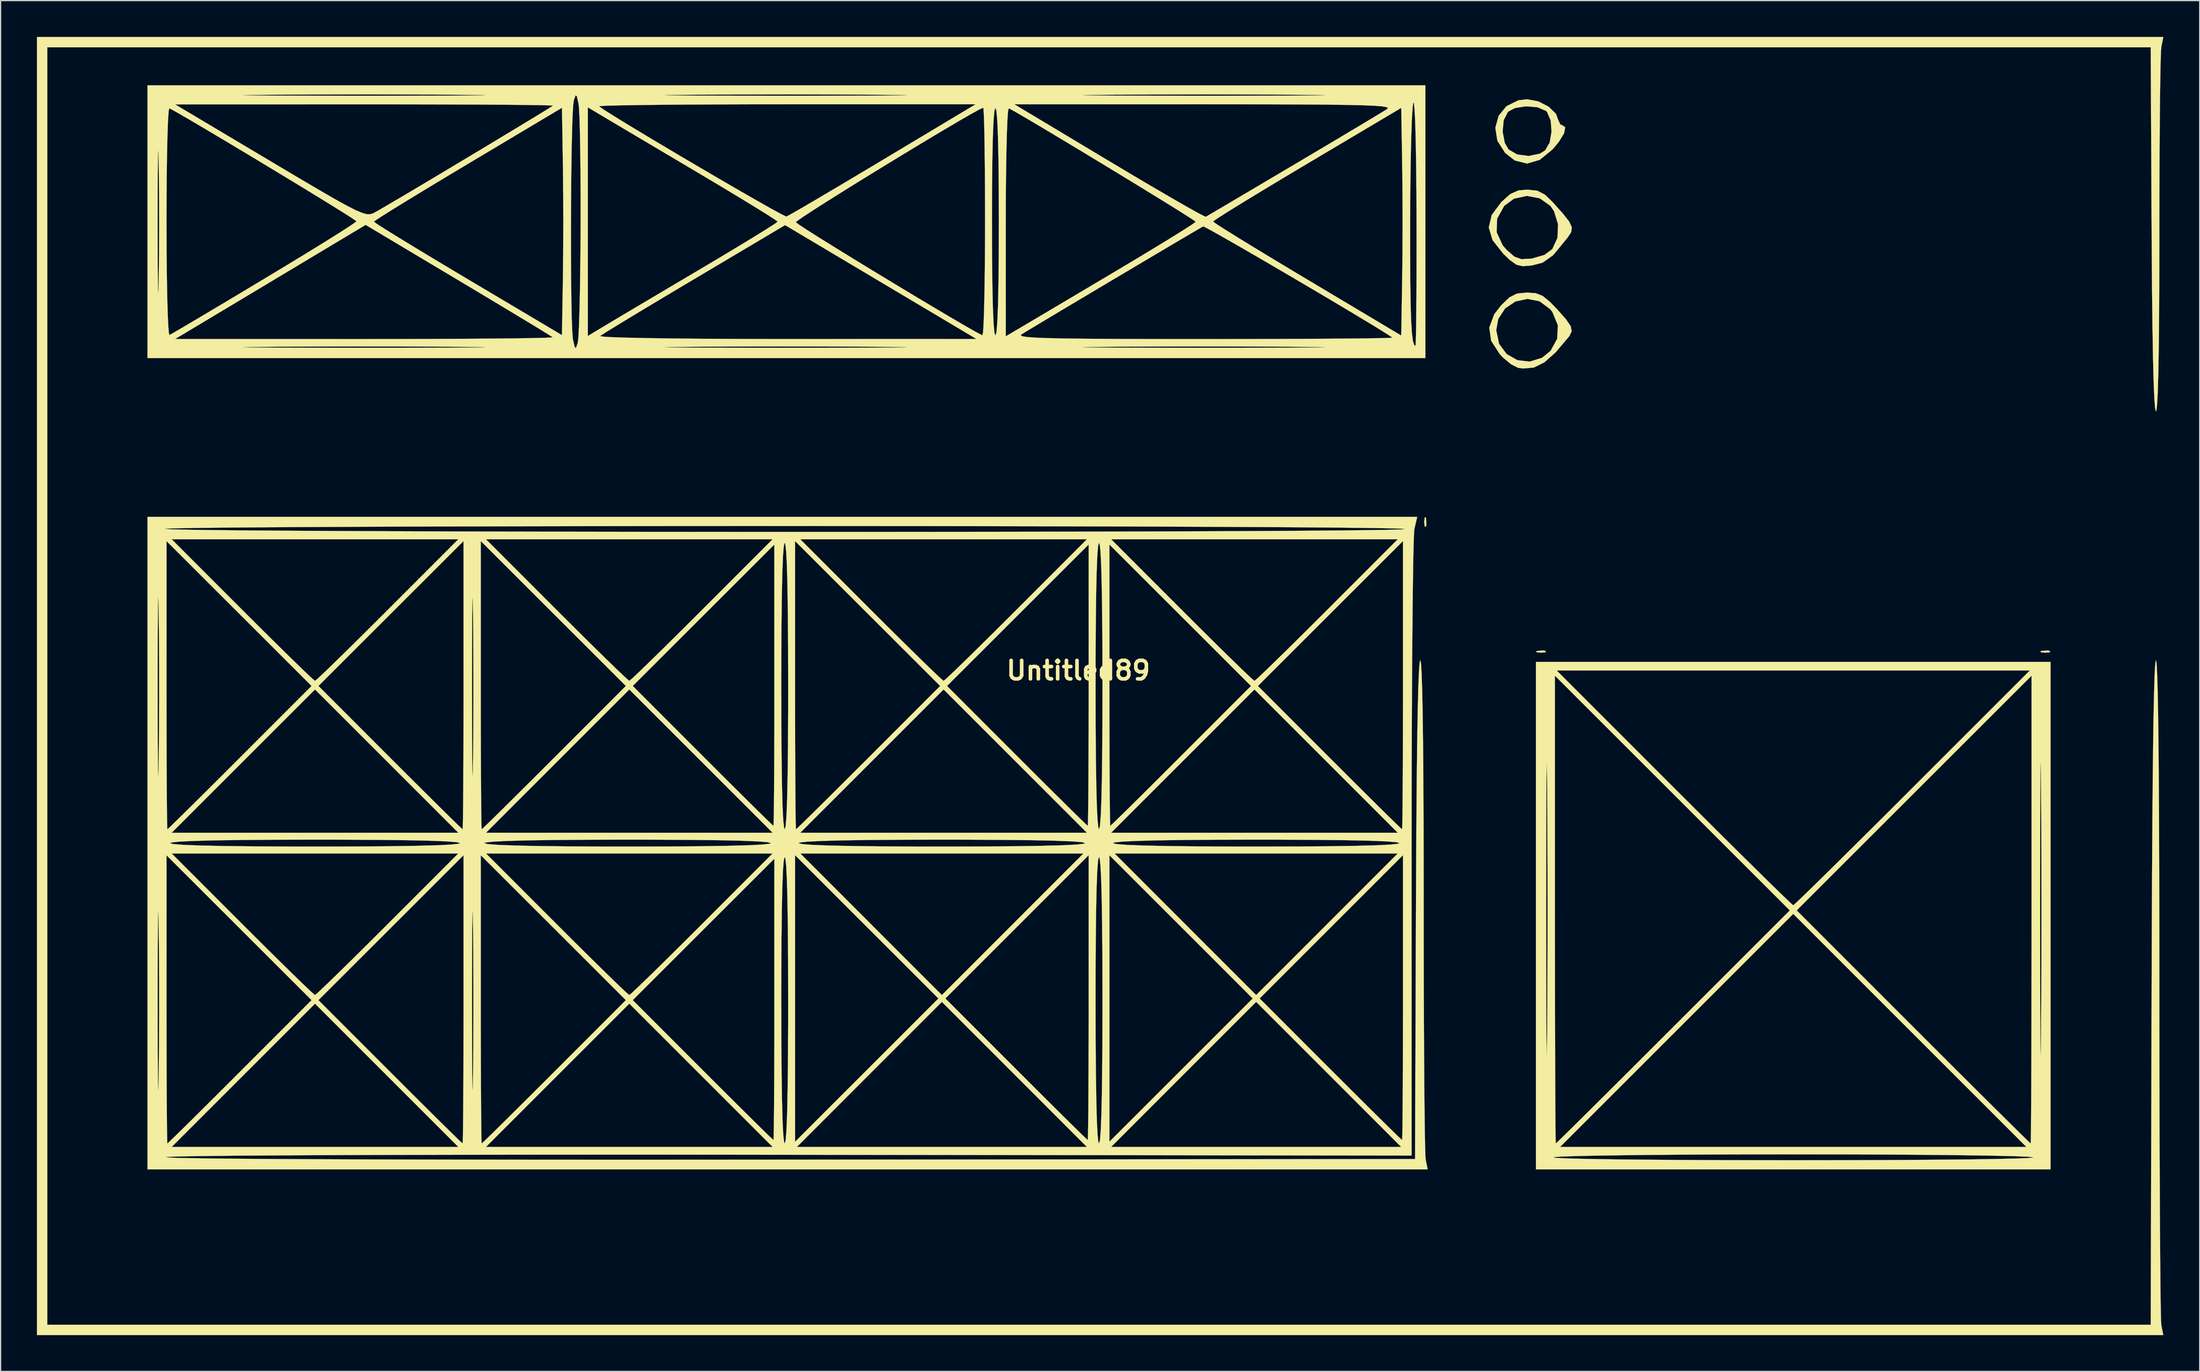
<source format=kicad_pcb>
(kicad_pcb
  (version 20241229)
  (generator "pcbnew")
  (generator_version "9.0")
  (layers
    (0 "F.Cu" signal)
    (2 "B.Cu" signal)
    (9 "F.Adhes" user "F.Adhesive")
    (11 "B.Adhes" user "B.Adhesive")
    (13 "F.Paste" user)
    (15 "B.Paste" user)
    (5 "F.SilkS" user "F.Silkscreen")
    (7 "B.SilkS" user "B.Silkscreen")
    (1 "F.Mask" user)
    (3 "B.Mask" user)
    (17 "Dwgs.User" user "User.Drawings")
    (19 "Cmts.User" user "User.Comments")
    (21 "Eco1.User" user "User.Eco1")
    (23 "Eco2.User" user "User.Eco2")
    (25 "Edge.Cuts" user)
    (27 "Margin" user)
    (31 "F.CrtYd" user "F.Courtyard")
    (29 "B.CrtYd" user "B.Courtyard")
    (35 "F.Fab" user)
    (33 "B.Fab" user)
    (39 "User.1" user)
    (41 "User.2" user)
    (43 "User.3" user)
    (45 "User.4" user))
  (footprint "Untitled89"
    (layer "F.Cu")
    (at 86.051 52.375)
    (property "Reference" "Untitled89" (at 0 0 0) (layer "F.SilkS") (effects (font (size 1.524 1.524) (thickness 0.3))))
    (attr through_hole)
    (fp_poly (pts (xy 28.728 -12.629) (xy 28.766 -12.044) (xy 28.728 -11.915) (xy 28.624 -11.879) (xy 28.584 -12.272) (xy 28.629 -12.677) (xy 28.728 -12.629)) (stroke (width 0.01) (type solid)) (fill yes) (layer "F.SilkS"))
    (fp_poly (pts (xy 38.599 -1.616) (xy 38.635 -1.512) (xy 38.243 -1.472) (xy 37.838 -1.517) (xy 37.886 -1.616) (xy 38.47 -1.654) (xy 38.599 -1.616)) (stroke (width 0.01) (type solid)) (fill yes) (layer "F.SilkS"))
    (fp_poly (pts (xy 80.267 -1.616) (xy 80.303 -1.512) (xy 79.91 -1.472) (xy 79.505 -1.517) (xy 79.553 -1.616) (xy 80.138 -1.654) (xy 80.267 -1.616)) (stroke (width 0.01) (type solid)) (fill yes) (layer "F.SilkS"))
    (fp_poly (pts (xy 38.008 -47.047) (xy 38.861 -46.608) (xy 39.471 -46.019) (xy 39.67 -45.47) (xy 39.841 -45.124) (xy 39.955 -45.092) (xy 40.236 -44.907) (xy 40.142 -44.411) (xy 39.706 -43.693) (xy 39.196 -43.082) (xy 38.131 -42.211) (xy 37.08 -41.904) (xy 36.059 -42.163) (xy 35.271 -42.783) (xy 34.625 -43.794) (xy 34.509 -44.546) (xy 35.063 -44.546) (xy 35.239 -43.616) (xy 35.547 -43.077) (xy 36.268 -42.653) (xy 37.217 -42.533) (xy 38.14 -42.724) (xy 38.577 -42.996) (xy 38.95 -43.64) (xy 39.104 -44.542) (xy 39.035 -45.461) (xy 38.739 -46.157) (xy 38.635 -46.264) (xy 37.934 -46.561) (xy 36.996 -46.636) (xy 36.087 -46.497) (xy 35.507 -46.188) (xy 35.151 -45.49) (xy 35.063 -44.546) (xy 34.509 -44.546) (xy 34.461 -44.857) (xy 34.729 -45.85) (xy 35.38 -46.649) (xy 36.361 -47.133) (xy 37.085 -47.22) (xy 38.008 -47.047)) (stroke (width 0.01) (type solid)) (fill yes) (layer "F.SilkS"))
    (fp_poly (pts (xy 37.802 -31.187) (xy 38.365 -30.968) (xy 38.965 -30.48) (xy 39.547 -29.88) (xy 40.301 -29.033) (xy 40.691 -28.459) (xy 40.769 -28.041) (xy 40.587 -27.658) (xy 40.543 -27.6) (xy 39.449 -26.306) (xy 38.513 -25.472) (xy 37.643 -25.042) (xy 36.75 -24.963) (xy 36.33 -25.024) (xy 35.762 -25.31) (xy 35.08 -25.879) (xy 34.832 -26.141) (xy 34.113 -27.257) (xy 33.989 -28.134) (xy 34.533 -28.134) (xy 34.77 -27.001) (xy 35.396 -26.157) (xy 36.283 -25.651) (xy 37.3 -25.533) (xy 38.32 -25.85) (xy 39.028 -26.426) (xy 39.574 -27.428) (xy 39.623 -28.548) (xy 39.176 -29.628) (xy 38.986 -29.873) (xy 38.109 -30.524) (xy 37.108 -30.717) (xy 36.119 -30.502) (xy 35.272 -29.933) (xy 34.702 -29.06) (xy 34.533 -28.134) (xy 33.989 -28.134) (xy 33.959 -28.347) (xy 34.369 -29.448) (xy 34.933 -30.178) (xy 35.624 -30.844) (xy 36.245 -31.157) (xy 37.043 -31.237) (xy 37.093 -31.238) (xy 37.802 -31.187)) (stroke (width 0.01) (type solid)) (fill yes) (layer "F.SilkS"))
    (fp_poly (pts (xy 37.925 -39.663) (xy 38.568 -39.327) (xy 39.175 -38.738) (xy 40.046 -37.769) (xy 40.567 -37.104) (xy 40.782 -36.632) (xy 40.73 -36.239) (xy 40.452 -35.814) (xy 40.312 -35.639) (xy 39.744 -34.945) (xy 39.241 -34.334) (xy 38.361 -33.709) (xy 37.461 -33.479) (xy 36.731 -33.42) (xy 36.199 -33.543) (xy 35.653 -33.936) (xy 35.107 -34.462) (xy 34.233 -35.569) (xy 34.033 -36.231) (xy 34.568 -36.231) (xy 35.065 -35.15) (xy 35.403 -34.76) (xy 36.04 -34.206) (xy 36.621 -34.001) (xy 37.439 -34.047) (xy 37.469 -34.051) (xy 38.523 -34.355) (xy 39.167 -34.832) (xy 39.596 -35.771) (xy 39.64 -36.893) (xy 39.308 -37.966) (xy 39.009 -38.408) (xy 38.131 -39.033) (xy 37.065 -39.232) (xy 36.007 -39.005) (xy 35.193 -38.408) (xy 34.609 -37.349) (xy 34.568 -36.231) (xy 34.033 -36.231) (xy 33.917 -36.616) (xy 34.158 -37.65) (xy 34.954 -38.722) (xy 34.956 -38.724) (xy 35.692 -39.382) (xy 36.364 -39.683) (xy 37.101 -39.747) (xy 37.925 -39.663)) (stroke (width 0.01) (type solid)) (fill yes) (layer "F.SilkS"))
    (fp_poly (pts (xy 89.492 -51.549) (xy 89.46 -51.11) (xy 89.43 -50.157) (xy 89.403 -48.748) (xy 89.379 -46.94) (xy 89.359 -44.791) (xy 89.344 -42.358) (xy 89.333 -39.699) (xy 89.328 -36.87) (xy 89.328 -36.067) (xy 89.323 -32.441) (xy 89.306 -29.308) (xy 89.28 -26.677) (xy 89.243 -24.563) (xy 89.195 -22.978) (xy 89.139 -21.934) (xy 89.072 -21.443) (xy 89.045 -21.404) (xy 88.975 -21.688) (xy 88.912 -22.527) (xy 88.855 -23.91) (xy 88.804 -25.82) (xy 88.762 -28.246) (xy 88.726 -31.172) (xy 88.699 -34.584) (xy 88.688 -36.459) (xy 88.615 -51.513) (xy -85.19 -51.513) (xy -85.19 54.082) (xy 88.615 54.082) (xy 88.687 26.613) (xy 88.704 21.468) (xy 88.725 16.839) (xy 88.75 12.734) (xy 88.78 9.158) (xy 88.814 6.117) (xy 88.852 3.616) (xy 88.895 1.663) (xy 88.941 0.262) (xy 88.991 -0.579) (xy 89.044 -0.856) (xy 89.098 -0.572) (xy 89.146 0.278) (xy 89.189 1.689) (xy 89.226 3.654) (xy 89.258 6.169) (xy 89.283 9.229) (xy 89.303 12.829) (xy 89.317 16.962) (xy 89.326 21.625) (xy 89.328 26.221) (xy 89.33 30.12) (xy 89.335 33.867) (xy 89.343 37.423) (xy 89.353 40.747) (xy 89.367 43.796) (xy 89.382 46.531) (xy 89.4 48.911) (xy 89.419 50.895) (xy 89.44 52.442) (xy 89.462 53.511) (xy 89.486 54.062) (xy 89.492 54.118) (xy 89.656 54.938) (xy -86.046 54.938) (xy -86.046 -52.37) (xy 89.656 -52.37) (xy 89.492 -51.549)) (stroke (width 0.01) (type solid)) (fill yes) (layer "F.SilkS"))
    (fp_poly (pts (xy 80.338 41.239) (xy 37.815 41.239) (xy 37.815 40.24) (xy 39.242 40.24) (xy 39.419 40.283) (xy 40.13 40.322) (xy 41.334 40.359) (xy 42.993 40.392) (xy 45.07 40.42) (xy 47.525 40.444) (xy 50.32 40.463) (xy 53.417 40.477) (xy 56.778 40.484) (xy 59.076 40.486) (xy 62.587 40.482) (xy 65.859 40.473) (xy 68.854 40.457) (xy 71.534 40.436) (xy 73.86 40.411) (xy 75.794 40.38) (xy 77.297 40.346) (xy 78.332 40.309) (xy 78.859 40.268) (xy 78.911 40.24) (xy 78.535 40.199) (xy 77.636 40.159) (xy 76.263 40.123) (xy 74.465 40.09) (xy 72.289 40.061) (xy 69.784 40.036) (xy 66.999 40.017) (xy 63.981 40.003) (xy 60.779 39.996) (xy 59.076 39.995) (xy 55.799 39.999) (xy 52.681 40.009) (xy 49.77 40.025) (xy 47.114 40.047) (xy 44.763 40.074) (xy 42.765 40.105) (xy 41.167 40.14) (xy 40.018 40.178) (xy 39.367 40.219) (xy 39.242 40.24) (xy 37.815 40.24) (xy 37.815 39.384) (xy 39.813 39.384) (xy 78.339 39.384) (xy 59.076 20.121) (xy 39.813 39.384) (xy 37.815 39.384) (xy 37.815 19.692) (xy 38.663 19.692) (xy 38.664 22.686) (xy 38.667 25.288) (xy 38.672 27.48) (xy 38.678 29.243) (xy 38.686 30.555) (xy 38.695 31.398) (xy 38.705 31.751) (xy 38.716 31.596) (xy 38.728 30.911) (xy 38.74 29.679) (xy 38.742 29.467) (xy 38.76 26.524) (xy 38.771 23.2) (xy 38.775 19.765) (xy 39.384 19.765) (xy 39.385 23.03) (xy 39.388 26.121) (xy 39.393 28.993) (xy 39.4 31.598) (xy 39.408 33.891) (xy 39.417 35.825) (xy 39.427 37.354) (xy 39.438 38.431) (xy 39.45 39.01) (xy 39.457 39.099) (xy 39.667 38.903) (xy 40.241 38.343) (xy 41.139 37.457) (xy 42.322 36.285) (xy 43.75 34.865) (xy 45.385 33.237) (xy 47.186 31.439) (xy 49.114 29.512) (xy 49.161 29.465) (xy 58.791 19.832) (xy 59.362 19.832) (xy 68.992 29.465) (xy 70.923 31.395) (xy 72.727 33.196) (xy 74.366 34.828) (xy 75.8 36.253) (xy 76.989 37.432) (xy 77.894 38.326) (xy 78.476 38.894) (xy 78.695 39.099) (xy 78.696 39.099) (xy 78.708 38.821) (xy 78.72 38.019) (xy 78.73 36.739) (xy 78.74 35.028) (xy 78.749 32.931) (xy 78.756 30.496) (xy 78.762 27.768) (xy 78.766 24.795) (xy 78.768 21.622) (xy 78.769 19.765) (xy 78.769 19.692) (xy 79.474 19.692) (xy 79.475 22.686) (xy 79.478 25.288) (xy 79.483 27.48) (xy 79.489 29.243) (xy 79.497 30.555) (xy 79.506 31.398) (xy 79.516 31.751) (xy 79.527 31.596) (xy 79.539 30.911) (xy 79.551 29.679) (xy 79.553 29.467) (xy 79.571 26.524) (xy 79.582 23.2) (xy 79.586 19.687) (xy 79.582 16.174) (xy 79.571 12.851) (xy 79.553 9.917) (xy 79.541 8.608) (xy 79.529 7.851) (xy 79.517 7.624) (xy 79.507 7.909) (xy 79.498 8.686) (xy 79.49 9.935) (xy 79.484 11.637) (xy 79.479 13.772) (xy 79.476 16.32) (xy 79.474 19.261) (xy 79.474 19.692) (xy 78.769 19.692) (xy 78.769 0.431) (xy 59.362 19.832) (xy 58.791 19.832) (xy 49.088 10.131) (xy 39.384 0.431) (xy 39.384 19.765) (xy 38.775 19.765) (xy 38.775 19.687) (xy 38.771 16.174) (xy 38.76 12.851) (xy 38.742 9.917) (xy 38.729 8.608) (xy 38.717 7.851) (xy 38.706 7.624) (xy 38.696 7.909) (xy 38.687 8.686) (xy 38.679 9.935) (xy 38.672 11.637) (xy 38.668 13.772) (xy 38.664 16.32) (xy 38.663 19.261) (xy 38.663 19.692) (xy 37.815 19.692) (xy 37.815 0) (xy 39.53 0) (xy 49.23 9.703) (xy 51.17 11.641) (xy 52.987 13.45) (xy 54.64 15.09) (xy 56.091 16.524) (xy 57.299 17.711) (xy 58.226 18.614) (xy 58.831 19.192) (xy 59.074 19.406) (xy 59.076 19.407) (xy 59.301 19.211) (xy 59.889 18.65) (xy 60.801 17.763) (xy 61.996 16.589) (xy 63.436 15.166) (xy 65.08 13.535) (xy 66.89 11.734) (xy 68.824 9.802) (xy 68.922 9.703) (xy 78.623 0) (xy 39.53 0) (xy 37.815 0) (xy 37.815 -0.713) (xy 80.338 -0.713) (xy 80.338 41.239)) (stroke (width 0.01) (type solid)) (fill yes) (layer "F.SilkS"))
    (fp_poly (pts (xy 28.682 -25.828) (xy -76.913 -25.828) (xy -76.913 -26.716) (xy -68.997 -26.716) (xy -68.57 -26.705) (xy -67.66 -26.695) (xy -66.288 -26.687) (xy -64.477 -26.681) (xy -62.248 -26.677) (xy -59.624 -26.675) (xy -58.934 -26.675) (xy -56.223 -26.676) (xy -53.907 -26.68) (xy -52.007 -26.686) (xy -50.544 -26.693) (xy -49.541 -26.702) (xy -49.017 -26.713) (xy -48.995 -26.725) (xy -49.496 -26.738) (xy -50.54 -26.752) (xy -50.892 -26.755) (xy -53.592 -26.775) (xy -56.641 -26.786) (xy -59.833 -26.788) (xy -62.967 -26.782) (xy -65.839 -26.767) (xy -67.159 -26.755) (xy -68.313 -26.741) (xy -68.918 -26.728) (xy -68.997 -26.716) (xy -76.913 -26.716) (xy -76.913 -27.4) (xy -74.63 -27.4) (xy -58.957 -27.399) (xy -56.032 -27.401) (xy -53.289 -27.409) (xy -50.78 -27.42) (xy -48.555 -27.436) (xy -46.666 -27.455) (xy -45.164 -27.477) (xy -44.099 -27.502) (xy -43.522 -27.528) (xy -43.432 -27.545) (xy -43.705 -27.723) (xy -44.408 -28.156) (xy -45.481 -28.808) (xy -46.863 -29.643) (xy -48.495 -30.624) (xy -50.316 -31.715) (xy -51.235 -32.264) (xy -58.889 -36.835) (xy -66.76 -32.117) (xy -74.63 -27.4) (xy -76.913 -27.4) (xy -76.913 -37.101) (xy -76.072 -37.101) (xy -76.07 -35.066) (xy -76.064 -33.43) (xy -76.054 -32.221) (xy -76.041 -31.468) (xy -76.025 -31.199) (xy -76.007 -31.442) (xy -75.988 -32.224) (xy -75.986 -32.321) (xy -75.961 -34.441) (xy -75.951 -36.86) (xy -75.952 -37.101) (xy -75.344 -37.101) (xy -75.337 -34.847) (xy -75.317 -32.79) (xy -75.285 -30.997) (xy -75.244 -29.532) (xy -75.195 -28.461) (xy -75.139 -27.85) (xy -75.098 -27.731) (xy -74.801 -27.896) (xy -74.076 -28.319) (xy -72.984 -28.964) (xy -71.588 -29.794) (xy -69.947 -30.773) (xy -68.124 -31.865) (xy -67.25 -32.389) (xy -65.375 -33.52) (xy -63.668 -34.56) (xy -62.188 -35.473) (xy -60.994 -36.222) (xy -60.145 -36.77) (xy -59.7 -37.08) (xy -59.679 -37.101) (xy -58.206 -37.101) (xy -57.97 -36.926) (xy -57.302 -36.497) (xy -56.258 -35.849) (xy -54.899 -35.019) (xy -53.283 -34.042) (xy -51.467 -32.954) (xy -50.437 -32.341) (xy -42.666 -27.723) (xy -42.588 -32.412) (xy -42.564 -34.51) (xy -42.557 -36.52) (xy -41.922 -36.52) (xy -41.92 -34.437) (xy -41.91 -32.468) (xy -41.889 -30.698) (xy -41.859 -29.212) (xy -41.819 -28.097) (xy -41.768 -27.436) (xy -41.756 -27.362) (xy -41.616 -26.747) (xy -41.515 -26.649) (xy -41.491 -26.716) (xy -34.179 -26.716) (xy -33.752 -26.705) (xy -32.842 -26.695) (xy -31.47 -26.687) (xy -29.659 -26.681) (xy -27.43 -26.677) (xy -24.806 -26.675) (xy -24.116 -26.675) (xy -21.405 -26.676) (xy -19.089 -26.68) (xy -17.189 -26.686) (xy -15.726 -26.693) (xy -14.723 -26.702) (xy -14.199 -26.713) (xy -14.194 -26.716) (xy 0.354 -26.716) (xy 0.781 -26.705) (xy 1.691 -26.695) (xy 3.063 -26.687) (xy 4.874 -26.681) (xy 7.102 -26.677) (xy 9.726 -26.675) (xy 10.417 -26.675) (xy 13.128 -26.676) (xy 15.444 -26.68) (xy 17.344 -26.686) (xy 18.806 -26.693) (xy 19.81 -26.702) (xy 20.333 -26.713) (xy 20.356 -26.725) (xy 19.855 -26.738) (xy 18.81 -26.752) (xy 18.459 -26.755) (xy 15.758 -26.775) (xy 12.71 -26.786) (xy 9.517 -26.788) (xy 6.383 -26.782) (xy 3.511 -26.767) (xy 2.191 -26.755) (xy 1.037 -26.741) (xy 0.432 -26.728) (xy 0.354 -26.716) (xy -14.194 -26.716) (xy -14.177 -26.725) (xy -14.678 -26.738) (xy -15.722 -26.752) (xy -16.074 -26.755) (xy -18.774 -26.775) (xy -21.823 -26.786) (xy -25.015 -26.788) (xy -28.149 -26.782) (xy -31.021 -26.767) (xy -32.341 -26.755) (xy -33.495 -26.741) (xy -34.1 -26.728) (xy -34.179 -26.716) (xy -41.491 -26.716) (xy -41.381 -27.024) (xy -41.356 -27.112) (xy -41.305 -27.567) (xy -41.301 -27.648) (xy -39.513 -27.648) (xy -39.29 -27.598) (xy -38.54 -27.553) (xy -37.306 -27.512) (xy -35.632 -27.477) (xy -33.562 -27.447) (xy -31.138 -27.424) (xy -28.405 -27.409) (xy -25.406 -27.402) (xy -24.101 -27.401) (xy -8.419 -27.405) (xy -16.324 -32.11) (xy -24.23 -36.815) (xy -31.736 -32.356) (xy -33.615 -31.237) (xy -35.34 -30.204) (xy -36.848 -29.296) (xy -38.077 -28.55) (xy -38.964 -28.004) (xy -39.447 -27.696) (xy -39.513 -27.648) (xy -41.301 -27.648) (xy -41.301 -27.651) (xy -40.526 -27.651) (xy -39.313 -28.385) (xy -38.742 -28.727) (xy -37.759 -29.312) (xy -36.445 -30.093) (xy -34.878 -31.022) (xy -33.139 -32.053) (xy -31.474 -33.038) (xy -29.725 -34.078) (xy -28.149 -35.024) (xy -26.81 -35.838) (xy -25.77 -36.482) (xy -25.093 -36.915) (xy -24.908 -37.052) (xy -23.338 -37.052) (xy -23.086 -36.859) (xy -22.416 -36.418) (xy -21.398 -35.774) (xy -20.106 -34.97) (xy -18.611 -34.049) (xy -16.985 -33.056) (xy -15.301 -32.035) (xy -13.632 -31.028) (xy -12.048 -30.08) (xy -10.622 -29.234) (xy -9.426 -28.534) (xy -8.532 -28.024) (xy -8.013 -27.748) (xy -7.92 -27.711) (xy -7.868 -27.978) (xy -7.822 -28.75) (xy -7.781 -29.961) (xy -7.747 -31.543) (xy -7.723 -33.431) (xy -7.709 -35.559) (xy -7.706 -37.101) (xy -7.135 -37.101) (xy -7.126 -34.253) (xy -7.101 -31.895) (xy -7.059 -30.042) (xy -7.002 -28.712) (xy -6.929 -27.921) (xy -6.849 -27.683) (xy -6.763 -27.966) (xy -6.692 -28.802) (xy -6.636 -30.176) (xy -6.595 -32.072) (xy -6.571 -34.471) (xy -6.564 -37.097) (xy -5.993 -37.097) (xy -5.993 -27.627) (xy -5.876 -27.696) (xy -4.752 -27.696) (xy -4.61 -27.625) (xy -4.237 -27.566) (xy -3.593 -27.517) (xy -2.64 -27.479) (xy -1.337 -27.449) (xy 0.355 -27.427) (xy 2.475 -27.412) (xy 5.061 -27.403) (xy 8.155 -27.398) (xy 10.401 -27.398) (xy 13.327 -27.4) (xy 16.071 -27.406) (xy 18.582 -27.415) (xy 20.809 -27.428) (xy 22.701 -27.443) (xy 24.207 -27.461) (xy 25.275 -27.48) (xy 25.855 -27.501) (xy 25.947 -27.515) (xy 25.625 -27.739) (xy 24.895 -28.198) (xy 23.827 -28.849) (xy 22.494 -29.651) (xy 20.967 -30.561) (xy 19.319 -31.538) (xy 17.62 -32.538) (xy 15.943 -33.52) (xy 14.36 -34.441) (xy 12.942 -35.26) (xy 11.76 -35.934) (xy 10.888 -36.422) (xy 10.396 -36.679) (xy 10.314 -36.709) (xy 9.868 -36.451) (xy 9.025 -35.956) (xy 7.862 -35.27) (xy 6.455 -34.437) (xy 4.879 -33.502) (xy 3.21 -32.511) (xy 1.523 -31.508) (xy -0.104 -30.538) (xy -1.597 -29.647) (xy -2.88 -28.88) (xy -3.877 -28.282) (xy -4.512 -27.898) (xy -4.701 -27.779) (xy -4.752 -27.696) (xy -5.876 -27.696) (xy -4.923 -28.256) (xy -4.396 -28.568) (xy -3.455 -29.125) (xy -2.175 -29.884) (xy -0.634 -30.798) (xy 1.092 -31.823) (xy 2.925 -32.912) (xy 4.694 -33.967) (xy 6.29 -34.931) (xy 7.652 -35.763) (xy 8.716 -36.426) (xy 9.42 -36.881) (xy 9.701 -37.088) (xy 9.703 -37.094) (xy 9.678 -37.112) (xy 11.139 -37.112) (xy 11.377 -36.934) (xy 12.047 -36.501) (xy 13.092 -35.849) (xy 14.452 -35.014) (xy 16.069 -34.033) (xy 17.884 -32.94) (xy 18.916 -32.324) (xy 26.684 -27.689) (xy 26.763 -32.395) (xy 26.786 -34.5) (xy 26.795 -36.901) (xy 26.794 -37.244) (xy 27.422 -37.244) (xy 27.422 -34.415) (xy 27.434 -32.113) (xy 27.461 -30.291) (xy 27.504 -28.906) (xy 27.565 -27.911) (xy 27.646 -27.264) (xy 27.748 -26.918) (xy 27.859 -26.827) (xy 27.884 -27.102) (xy 27.905 -27.884) (xy 27.923 -29.11) (xy 27.937 -30.716) (xy 27.946 -32.64) (xy 27.95 -34.816) (xy 27.948 -37.172) (xy 27.937 -39.701) (xy 27.914 -41.928) (xy 27.881 -43.806) (xy 27.839 -45.289) (xy 27.789 -46.331) (xy 27.732 -46.886) (xy 27.683 -46.947) (xy 27.623 -46.53) (xy 27.567 -45.615) (xy 27.517 -44.276) (xy 27.476 -42.585) (xy 27.445 -40.618) (xy 27.426 -38.446) (xy 27.422 -37.244) (xy 26.794 -37.244) (xy 26.789 -39.323) (xy 26.767 -41.494) (xy 26.763 -41.804) (xy 26.684 -46.506) (xy 18.907 -41.886) (xy 17.009 -40.753) (xy 15.278 -39.711) (xy 13.774 -38.796) (xy 12.555 -38.045) (xy 11.68 -37.492) (xy 11.207 -37.173) (xy 11.139 -37.112) (xy 9.678 -37.112) (xy 9.47 -37.264) (xy 8.818 -37.683) (xy 7.819 -38.309) (xy 6.543 -39.098) (xy 5.062 -40.007) (xy 3.447 -40.993) (xy 1.769 -42.012) (xy 0.1 -43.022) (xy -1.49 -43.979) (xy -2.929 -44.84) (xy -4.146 -45.562) (xy -5.07 -46.101) (xy -5.63 -46.414) (xy -5.747 -46.472) (xy -5.806 -46.22) (xy -5.86 -45.464) (xy -5.907 -44.268) (xy -5.945 -42.697) (xy -5.973 -40.817) (xy -5.99 -38.694) (xy -5.993 -37.097) (xy -6.564 -37.097) (xy -6.564 -37.101) (xy -6.573 -39.949) (xy -6.598 -42.307) (xy -6.64 -44.16) (xy -6.697 -45.49) (xy -6.77 -46.281) (xy -6.849 -46.519) (xy -6.936 -46.237) (xy -7.007 -45.4) (xy -7.063 -44.026) (xy -7.104 -42.131) (xy -7.128 -39.731) (xy -7.135 -37.101) (xy -7.706 -37.101) (xy -7.71 -39.355) (xy -7.722 -41.415) (xy -7.742 -43.216) (xy -7.767 -44.69) (xy -7.797 -45.771) (xy -7.831 -46.393) (xy -7.855 -46.519) (xy -8.174 -46.377) (xy -8.896 -45.98) (xy -9.951 -45.37) (xy -11.269 -44.592) (xy -12.778 -43.689) (xy -14.408 -42.703) (xy -16.088 -41.678) (xy -17.748 -40.658) (xy -19.315 -39.686) (xy -20.72 -38.804) (xy -21.892 -38.057) (xy -22.759 -37.488) (xy -23.252 -37.139) (xy -23.338 -37.052) (xy -24.908 -37.052) (xy -24.844 -37.1) (xy -24.843 -37.101) (xy -25.078 -37.278) (xy -25.741 -37.706) (xy -26.769 -38.344) (xy -28.099 -39.156) (xy -29.668 -40.1) (xy -31.412 -41.139) (xy -31.47 -41.173) (xy -33.296 -42.256) (xy -35.023 -43.28) (xy -36.571 -44.198) (xy -37.859 -44.963) (xy -38.809 -45.527) (xy -39.313 -45.827) (xy -40.526 -46.551) (xy -40.526 -27.651) (xy -41.301 -27.651) (xy -41.257 -28.517) (xy -41.214 -29.887) (xy -41.177 -31.603) (xy -41.149 -33.588) (xy -41.13 -35.767) (xy -41.125 -36.851) (xy -41.124 -39.111) (xy -41.135 -41.226) (xy -41.157 -43.117) (xy -41.187 -44.706) (xy -41.226 -45.917) (xy -41.269 -46.637) (xy -39.598 -46.637) (xy -39.255 -46.392) (xy -38.506 -45.915) (xy -37.422 -45.248) (xy -36.077 -44.433) (xy -34.542 -43.515) (xy -32.89 -42.534) (xy -31.195 -41.535) (xy -29.528 -40.56) (xy -27.962 -39.651) (xy -26.569 -38.852) (xy -25.424 -38.205) (xy -24.597 -37.752) (xy -24.162 -37.537) (xy -24.116 -37.526) (xy -23.809 -37.688) (xy -23.074 -38.108) (xy -21.973 -38.751) (xy -20.568 -39.58) (xy -18.919 -40.559) (xy -17.087 -41.651) (xy -16.16 -42.206) (xy -8.492 -46.803) (xy -5.28 -46.803) (xy 2.548 -42.109) (xy 4.456 -40.97) (xy 6.207 -39.937) (xy 7.74 -39.043) (xy 8.996 -38.322) (xy 9.916 -37.809) (xy 10.44 -37.538) (xy 10.539 -37.505) (xy 10.817 -37.668) (xy 11.524 -38.085) (xy 12.596 -38.718) (xy 13.97 -39.53) (xy 15.584 -40.485) (xy 17.375 -41.545) (xy 17.837 -41.818) (xy 19.687 -42.915) (xy 21.398 -43.932) (xy 22.901 -44.829) (xy 24.13 -45.566) (xy 25.017 -46.102) (xy 25.494 -46.396) (xy 25.535 -46.423) (xy 25.585 -46.507) (xy 25.444 -46.577) (xy 25.071 -46.637) (xy 24.427 -46.685) (xy 23.473 -46.723) (xy 22.171 -46.753) (xy 20.48 -46.775) (xy 18.361 -46.79) (xy 15.775 -46.799) (xy 12.683 -46.803) (xy 10.409 -46.804) (xy -5.28 -46.803) (xy -8.492 -46.803) (xy -8.489 -46.804) (xy -24.127 -46.804) (xy -27.049 -46.802) (xy -29.787 -46.793) (xy -32.291 -46.78) (xy -34.509 -46.762) (xy -36.392 -46.74) (xy -37.887 -46.715) (xy -38.944 -46.687) (xy -39.513 -46.657) (xy -39.598 -46.637) (xy -41.269 -46.637) (xy -41.271 -46.67) (xy -41.294 -46.84) (xy -41.433 -47.456) (xy -41.531 -47.55) (xy -34.179 -47.55) (xy -33.752 -47.539) (xy -32.842 -47.529) (xy -31.47 -47.521) (xy -29.659 -47.515) (xy -27.43 -47.511) (xy -24.806 -47.509) (xy -24.116 -47.509) (xy -21.405 -47.51) (xy -19.089 -47.514) (xy -17.189 -47.519) (xy -15.726 -47.527) (xy -14.723 -47.536) (xy -14.199 -47.547) (xy -14.194 -47.55) (xy 0.354 -47.55) (xy 0.781 -47.539) (xy 1.691 -47.529) (xy 3.063 -47.521) (xy 4.874 -47.515) (xy 7.102 -47.511) (xy 9.726 -47.509) (xy 10.417 -47.509) (xy 13.128 -47.51) (xy 15.444 -47.514) (xy 17.344 -47.519) (xy 18.806 -47.527) (xy 19.81 -47.536) (xy 20.333 -47.547) (xy 20.356 -47.559) (xy 19.855 -47.572) (xy 18.81 -47.586) (xy 18.459 -47.589) (xy 15.758 -47.609) (xy 12.71 -47.62) (xy 9.517 -47.622) (xy 6.383 -47.616) (xy 3.511 -47.6) (xy 2.191 -47.589) (xy 1.037 -47.575) (xy 0.432 -47.562) (xy 0.354 -47.55) (xy -14.194 -47.55) (xy -14.177 -47.559) (xy -14.678 -47.572) (xy -15.722 -47.586) (xy -16.074 -47.589) (xy -18.774 -47.609) (xy -21.823 -47.62) (xy -25.015 -47.622) (xy -28.149 -47.616) (xy -31.021 -47.6) (xy -32.341 -47.589) (xy -33.495 -47.575) (xy -34.1 -47.562) (xy -34.179 -47.55) (xy -41.531 -47.55) (xy -41.535 -47.554) (xy -41.668 -47.178) (xy -41.693 -47.09) (xy -41.749 -46.608) (xy -41.798 -45.641) (xy -41.839 -44.274) (xy -41.873 -42.593) (xy -41.898 -40.683) (xy -41.914 -38.63) (xy -41.922 -36.52) (xy -42.557 -36.52) (xy -42.556 -36.905) (xy -42.562 -39.324) (xy -42.583 -41.494) (xy -42.588 -41.807) (xy -42.666 -46.514) (xy -50.435 -41.879) (xy -52.332 -40.743) (xy -54.061 -39.698) (xy -55.565 -38.782) (xy -56.785 -38.03) (xy -57.661 -37.478) (xy -58.136 -37.161) (xy -58.206 -37.101) (xy -59.679 -37.101) (xy -59.647 -37.133) (xy -59.881 -37.305) (xy -60.534 -37.725) (xy -61.535 -38.35) (xy -62.813 -39.138) (xy -64.296 -40.045) (xy -65.914 -41.028) (xy -67.594 -42.043) (xy -69.266 -43.049) (xy -70.859 -44.002) (xy -72.3 -44.858) (xy -73.519 -45.576) (xy -74.444 -46.111) (xy -75.004 -46.42) (xy -75.111 -46.472) (xy -75.166 -46.22) (xy -75.217 -45.464) (xy -75.262 -44.268) (xy -75.298 -42.697) (xy -75.325 -40.818) (xy -75.34 -38.695) (xy -75.344 -37.101) (xy -75.952 -37.101) (xy -75.958 -39.305) (xy -75.98 -41.505) (xy -75.986 -41.881) (xy -76.006 -42.713) (xy -76.024 -43.003) (xy -76.039 -42.778) (xy -76.053 -42.067) (xy -76.063 -40.897) (xy -76.069 -39.298) (xy -76.072 -37.297) (xy -76.072 -37.101) (xy -76.913 -37.101) (xy -76.913 -46.796) (xy -74.63 -46.796) (xy -66.782 -42.121) (xy -64.609 -40.829) (xy -62.87 -39.804) (xy -61.512 -39.017) (xy -60.478 -38.443) (xy -59.714 -38.053) (xy -59.166 -37.821) (xy -58.779 -37.718) (xy -58.497 -37.718) (xy -58.267 -37.793) (xy -58.194 -37.829) (xy -57.762 -38.072) (xy -56.912 -38.568) (xy -55.713 -39.275) (xy -54.236 -40.152) (xy -52.552 -41.157) (xy -50.73 -42.249) (xy -50.488 -42.393) (xy -48.691 -43.474) (xy -47.058 -44.459) (xy -45.651 -45.31) (xy -44.533 -45.989) (xy -43.768 -46.459) (xy -43.418 -46.68) (xy -43.404 -46.69) (xy -43.658 -46.712) (xy -44.432 -46.731) (xy -45.674 -46.749) (xy -47.334 -46.765) (xy -49.361 -46.779) (xy -51.704 -46.789) (xy -54.311 -46.796) (xy -57.131 -46.8) (xy -58.957 -46.8) (xy -74.63 -46.796) (xy -76.913 -46.796) (xy -76.913 -47.55) (xy -68.997 -47.55) (xy -68.57 -47.539) (xy -67.66 -47.529) (xy -66.288 -47.521) (xy -64.477 -47.515) (xy -62.248 -47.511) (xy -59.624 -47.509) (xy -58.934 -47.509) (xy -56.223 -47.51) (xy -53.907 -47.514) (xy -52.007 -47.519) (xy -50.544 -47.527) (xy -49.541 -47.536) (xy -49.017 -47.547) (xy -48.995 -47.559) (xy -49.496 -47.572) (xy -50.54 -47.586) (xy -50.892 -47.589) (xy -53.592 -47.609) (xy -56.641 -47.62) (xy -59.833 -47.622) (xy -62.967 -47.616) (xy -65.839 -47.6) (xy -67.159 -47.589) (xy -68.313 -47.575) (xy -68.918 -47.562) (xy -68.997 -47.55) (xy -76.913 -47.55) (xy -76.913 -48.374) (xy 28.682 -48.374) (xy 28.682 -25.828)) (stroke (width 0.01) (type solid)) (fill yes) (layer "F.SilkS"))
    (fp_poly (pts (xy 27.773 -11.701) (xy 27.738 -11.272) (xy 27.705 -10.314) (xy 27.674 -8.871) (xy 27.646 -6.986) (xy 27.62 -4.7) (xy 27.597 -2.056) (xy 27.577 0.902) (xy 27.561 4.133) (xy 27.55 7.593) (xy 27.543 11.24) (xy 27.54 14.698) (xy 27.54 40.098) (xy -23.608 40.033) (xy -29.698 40.026) (xy -35.501 40.023) (xy -40.997 40.023) (xy -46.164 40.026) (xy -50.982 40.032) (xy -55.431 40.041) (xy -59.489 40.053) (xy -63.135 40.068) (xy -66.35 40.085) (xy -69.112 40.104) (xy -71.4 40.127) (xy -73.194 40.151) (xy -74.474 40.178) (xy -75.217 40.207) (xy -75.407 40.229) (xy -75.206 40.261) (xy -74.45 40.29) (xy -73.157 40.317) (xy -71.343 40.341) (xy -69.025 40.364) (xy -66.219 40.383) (xy -62.942 40.4) (xy -59.21 40.414) (xy -55.041 40.426) (xy -50.451 40.435) (xy -45.455 40.441) (xy -40.072 40.444) (xy -34.318 40.444) (xy -28.209 40.44) (xy -24.116 40.437) (xy 27.826 40.383) (xy 27.899 19.763) (xy 27.919 15.386) (xy 27.944 11.51) (xy 27.975 8.144) (xy 28.012 5.297) (xy 28.054 2.979) (xy 28.102 1.198) (xy 28.155 -0.037) (xy 28.212 -0.716) (xy 28.256 -0.856) (xy 28.317 -0.572) (xy 28.371 0.275) (xy 28.417 1.676) (xy 28.457 3.625) (xy 28.489 6.113) (xy 28.513 9.132) (xy 28.529 12.674) (xy 28.538 16.731) (xy 28.539 19.371) (xy 28.542 22.738) (xy 28.548 25.953) (xy 28.559 28.967) (xy 28.573 31.733) (xy 28.59 34.203) (xy 28.61 36.329) (xy 28.632 38.063) (xy 28.657 39.358) (xy 28.683 40.164) (xy 28.703 40.419) (xy 28.868 41.239) (xy -76.913 41.239) (xy -76.913 39.384) (xy -74.914 39.384) (xy -51.23 39.384) (xy -48.943 39.384) (xy -25.259 39.384) (xy -23.254 39.384) (xy 0.708 39.384) (xy 2.716 39.384) (xy 26.679 39.384) (xy 20.691 33.391) (xy 19.183 31.882) (xy 17.814 30.512) (xy 16.634 29.332) (xy 15.691 28.389) (xy 15.037 27.736) (xy 14.72 27.419) (xy 14.698 27.398) (xy 14.503 27.591) (xy 13.954 28.139) (xy 13.102 28.992) (xy 11.994 30.099) (xy 10.682 31.412) (xy 9.215 32.88) (xy 8.704 33.391) (xy 2.716 39.384) (xy 0.708 39.384) (xy -5.28 33.391) (xy -6.788 31.882) (xy -8.157 30.512) (xy -9.337 29.332) (xy -10.279 28.389) (xy -10.934 27.736) (xy -11.251 27.419) (xy -11.273 27.398) (xy -11.468 27.591) (xy -12.016 28.139) (xy -12.869 28.992) (xy -13.976 30.099) (xy -15.288 31.412) (xy -16.756 32.88) (xy -17.266 33.391) (xy -23.254 39.384) (xy -25.259 39.384) (xy -31.18 33.463) (xy -37.101 27.542) (xy -48.943 39.384) (xy -51.23 39.384) (xy -63.072 27.542) (xy -68.993 33.463) (xy -74.914 39.384) (xy -76.913 39.384) (xy -76.913 27.255) (xy -76.069 27.255) (xy -76.068 29.561) (xy -76.063 31.473) (xy -76.055 32.966) (xy -76.045 34.015) (xy -76.032 34.594) (xy -76.018 34.677) (xy -76.002 34.238) (xy -75.986 33.339) (xy -75.964 31.043) (xy -75.953 28.411) (xy -75.954 27.186) (xy -75.344 27.186) (xy -75.342 29.731) (xy -75.337 32.091) (xy -75.33 34.205) (xy -75.319 36.014) (xy -75.307 37.461) (xy -75.293 38.485) (xy -75.278 39.027) (xy -75.27 39.099) (xy -75.058 38.905) (xy -74.493 38.357) (xy -73.626 37.504) (xy -72.509 36.397) (xy -71.191 35.086) (xy -69.723 33.621) (xy -69.277 33.174) (xy -63.357 27.25) (xy -62.787 27.25) (xy -56.867 33.174) (xy -55.365 34.675) (xy -53.998 36.036) (xy -52.818 37.208) (xy -51.873 38.139) (xy -51.216 38.78) (xy -50.896 39.082) (xy -50.874 39.099) (xy -50.858 38.823) (xy -50.843 38.036) (xy -50.83 36.796) (xy -50.819 35.163) (xy -50.81 33.196) (xy -50.804 30.954) (xy -50.8 28.495) (xy -50.8 27.255) (xy -50.099 27.255) (xy -50.097 29.561) (xy -50.092 31.473) (xy -50.084 32.966) (xy -50.074 34.015) (xy -50.061 34.594) (xy -50.047 34.677) (xy -50.031 34.238) (xy -50.016 33.339) (xy -49.993 31.043) (xy -49.982 28.411) (xy -49.983 27.186) (xy -49.373 27.186) (xy -49.371 29.731) (xy -49.366 32.091) (xy -49.359 34.205) (xy -49.349 36.014) (xy -49.336 37.461) (xy -49.323 38.485) (xy -49.307 39.027) (xy -49.299 39.099) (xy -49.087 38.905) (xy -48.522 38.357) (xy -47.656 37.504) (xy -46.538 36.397) (xy -45.22 35.086) (xy -43.752 33.621) (xy -43.306 33.174) (xy -37.386 27.25) (xy -37.387 27.25) (xy -36.816 27.25) (xy -31.039 33.032) (xy -29.556 34.514) (xy -28.209 35.855) (xy -27.048 37.006) (xy -26.126 37.914) (xy -25.494 38.531) (xy -25.202 38.804) (xy -25.189 38.813) (xy -25.173 38.538) (xy -25.158 37.752) (xy -25.145 36.514) (xy -25.133 34.886) (xy -25.124 32.926) (xy -25.118 30.694) (xy -25.115 28.251) (xy -25.115 27.255) (xy -24.544 27.255) (xy -24.537 30.512) (xy -24.517 33.264) (xy -24.483 35.501) (xy -24.437 37.211) (xy -24.378 38.38) (xy -24.307 38.998) (xy -24.258 39.099) (xy -24.218 38.954) (xy -23.402 38.954) (xy -17.481 33.033) (xy -11.56 27.112) (xy -11.562 27.111) (xy -10.984 27.111) (xy -5.138 32.962) (xy -3.646 34.453) (xy -2.289 35.804) (xy -1.118 36.965) (xy -0.185 37.885) (xy 0.459 38.514) (xy 0.765 38.801) (xy 0.782 38.813) (xy 0.798 38.538) (xy 0.813 37.751) (xy 0.826 36.513) (xy 0.837 34.882) (xy 0.846 32.918) (xy 0.853 30.681) (xy 0.856 28.23) (xy 0.856 27.255) (xy 1.427 27.255) (xy 1.434 30.512) (xy 1.454 33.264) (xy 1.488 35.501) (xy 1.534 37.211) (xy 1.593 38.38) (xy 1.664 38.998) (xy 1.712 39.099) (xy 1.752 38.954) (xy 2.569 38.954) (xy 8.49 33.033) (xy 14.411 27.112) (xy 14.409 27.111) (xy 14.987 27.111) (xy 20.833 32.962) (xy 22.325 34.453) (xy 23.682 35.804) (xy 24.852 36.965) (xy 25.785 37.885) (xy 26.43 38.514) (xy 26.736 38.801) (xy 26.753 38.813) (xy 26.769 38.538) (xy 26.784 37.751) (xy 26.797 36.513) (xy 26.808 34.882) (xy 26.817 32.918) (xy 26.823 30.681) (xy 26.827 28.23) (xy 26.827 27.042) (xy 26.827 15.27) (xy 20.907 21.19) (xy 14.987 27.111) (xy 14.409 27.111) (xy 8.49 21.191) (xy 2.569 15.27) (xy 2.569 38.954) (xy 1.752 38.954) (xy 1.791 38.816) (xy 1.857 37.973) (xy 1.911 36.585) (xy 1.952 34.661) (xy 1.98 32.214) (xy 1.995 29.257) (xy 1.998 27.255) (xy 1.991 23.998) (xy 1.971 21.246) (xy 1.937 19.009) (xy 1.891 17.3) (xy 1.832 16.13) (xy 1.761 15.512) (xy 1.712 15.411) (xy 1.634 15.695) (xy 1.568 16.537) (xy 1.514 17.926) (xy 1.472 19.849) (xy 1.444 22.296) (xy 1.429 25.254) (xy 1.427 27.255) (xy 0.856 27.255) (xy 0.856 27.042) (xy 0.856 15.27) (xy -10.984 27.111) (xy -11.562 27.111) (xy -23.402 15.27) (xy -23.402 38.954) (xy -24.218 38.954) (xy -24.18 38.816) (xy -24.114 37.973) (xy -24.06 36.585) (xy -24.019 34.661) (xy -23.99 32.214) (xy -23.975 29.257) (xy -23.973 27.255) (xy -23.98 23.998) (xy -24 21.246) (xy -24.034 19.009) (xy -24.08 17.3) (xy -24.139 16.13) (xy -24.21 15.512) (xy -24.258 15.411) (xy -24.337 15.695) (xy -24.403 16.537) (xy -24.457 17.926) (xy -24.498 19.849) (xy -24.526 22.296) (xy -24.541 25.254) (xy -24.544 27.255) (xy -25.115 27.255) (xy -25.115 27.186) (xy -25.115 15.559) (xy -30.965 21.405) (xy -36.816 27.25) (xy -37.387 27.25) (xy -43.38 21.262) (xy -49.373 15.274) (xy -49.373 27.186) (xy -49.983 27.186) (xy -49.984 25.678) (xy -49.997 23.078) (xy -50.015 21.352) (xy -50.032 20.37) (xy -50.048 19.933) (xy -50.062 20.018) (xy -50.074 20.6) (xy -50.085 21.653) (xy -50.092 23.154) (xy -50.097 25.076) (xy -50.099 27.255) (xy -50.8 27.255) (xy -50.8 27.186) (xy -50.8 15.274) (xy -62.787 27.25) (xy -63.357 27.25) (xy -75.344 15.274) (xy -75.344 27.186) (xy -75.954 27.186) (xy -75.954 25.678) (xy -75.968 23.078) (xy -75.986 21.352) (xy -76.003 20.37) (xy -76.019 19.933) (xy -76.033 20.018) (xy -76.045 20.6) (xy -76.055 21.653) (xy -76.063 23.154) (xy -76.068 25.076) (xy -76.069 27.255) (xy -76.913 27.255) (xy -76.913 15.126) (xy -74.911 15.126) (xy -69.065 20.976) (xy -67.569 22.469) (xy -66.205 23.82) (xy -65.024 24.981) (xy -64.077 25.901) (xy -63.416 26.529) (xy -63.094 26.815) (xy -63.072 26.827) (xy -62.84 26.633) (xy -62.258 26.084) (xy -61.377 25.232) (xy -60.248 24.125) (xy -58.924 22.816) (xy -57.456 21.354) (xy -57.079 20.976) (xy -51.233 15.126) (xy -48.94 15.126) (xy -43.094 20.976) (xy -41.599 22.469) (xy -40.234 23.82) (xy -39.053 24.981) (xy -38.106 25.901) (xy -37.445 26.529) (xy -37.123 26.815) (xy -37.101 26.827) (xy -36.87 26.633) (xy -36.287 26.084) (xy -35.406 25.232) (xy -34.277 24.125) (xy -32.953 22.816) (xy -31.485 21.354) (xy -31.108 20.976) (xy -25.263 15.126) (xy -22.969 15.126) (xy -17.124 20.976) (xy -15.635 22.467) (xy -14.285 23.817) (xy -13.125 24.977) (xy -12.205 25.897) (xy -11.576 26.526) (xy -11.286 26.814) (xy -11.273 26.827) (xy -11.078 26.633) (xy -10.53 26.086) (xy -9.68 25.236) (xy -8.576 24.132) (xy -7.27 22.825) (xy -5.812 21.366) (xy -5.422 20.976) (xy 0.423 15.126) (xy 3.002 15.126) (xy 8.847 20.976) (xy 10.336 22.467) (xy 11.686 23.817) (xy 12.846 24.977) (xy 13.766 25.897) (xy 14.395 26.526) (xy 14.684 26.814) (xy 14.698 26.827) (xy 14.892 26.633) (xy 15.44 26.086) (xy 16.291 25.236) (xy 17.395 24.132) (xy 18.701 22.825) (xy 20.159 21.366) (xy 20.548 20.976) (xy 26.394 15.126) (xy 3.002 15.126) (xy 0.423 15.126) (xy -22.969 15.126) (xy -25.263 15.126) (xy -48.94 15.126) (xy -51.233 15.126) (xy -74.911 15.126) (xy -76.913 15.126) (xy -76.913 14.27) (xy -75.058 14.27) (xy -74.775 14.348) (xy -73.933 14.414) (xy -72.543 14.468) (xy -70.618 14.509) (xy -68.169 14.537) (xy -65.209 14.552) (xy -63.072 14.555) (xy -59.793 14.548) (xy -57.018 14.528) (xy -54.76 14.495) (xy -53.029 14.449) (xy -51.839 14.391) (xy -51.2 14.321) (xy -51.085 14.27) (xy -49.088 14.27) (xy -48.804 14.348) (xy -47.962 14.414) (xy -46.573 14.468) (xy -44.65 14.51) (xy -42.203 14.538) (xy -39.245 14.553) (xy -37.244 14.555) (xy -33.987 14.548) (xy -31.234 14.528) (xy -28.998 14.494) (xy -27.288 14.448) (xy -26.119 14.389) (xy -25.501 14.318) (xy -25.4 14.27) (xy -23.117 14.27) (xy -22.834 14.348) (xy -21.991 14.414) (xy -20.603 14.468) (xy -18.679 14.51) (xy -16.232 14.538) (xy -13.275 14.553) (xy -11.273 14.555) (xy -8.016 14.548) (xy -5.264 14.528) (xy -3.027 14.494) (xy -1.318 14.448) (xy -0.148 14.389) (xy 0.47 14.318) (xy 0.571 14.27) (xy 2.854 14.27) (xy 3.137 14.348) (xy 3.979 14.414) (xy 5.368 14.468) (xy 7.292 14.51) (xy 9.739 14.538) (xy 12.696 14.553) (xy 14.698 14.555) (xy 17.954 14.548) (xy 20.707 14.528) (xy 22.944 14.494) (xy 24.653 14.448) (xy 25.823 14.389) (xy 26.441 14.318) (xy 26.542 14.27) (xy 26.258 14.191) (xy 25.416 14.125) (xy 24.027 14.071) (xy 22.104 14.03) (xy 19.657 14.002) (xy 16.699 13.987) (xy 14.698 13.984) (xy 11.441 13.991) (xy 8.688 14.011) (xy 6.451 14.045) (xy 4.742 14.091) (xy 3.573 14.15) (xy 2.955 14.221) (xy 2.854 14.27) (xy 0.571 14.27) (xy 0.287 14.191) (xy -0.555 14.125) (xy -1.944 14.071) (xy -3.867 14.03) (xy -6.314 14.002) (xy -9.272 13.987) (xy -11.273 13.984) (xy -14.53 13.991) (xy -17.282 14.011) (xy -19.519 14.045) (xy -21.229 14.091) (xy -22.398 14.15) (xy -23.016 14.221) (xy -23.117 14.27) (xy -25.4 14.27) (xy -25.683 14.191) (xy -26.525 14.125) (xy -27.914 14.071) (xy -29.838 14.03) (xy -32.285 14.002) (xy -35.242 13.987) (xy -37.244 13.984) (xy -40.5 13.991) (xy -43.253 14.011) (xy -45.49 14.045) (xy -47.199 14.091) (xy -48.369 14.15) (xy -48.987 14.221) (xy -49.088 14.27) (xy -51.085 14.27) (xy -51.369 14.192) (xy -52.211 14.126) (xy -53.601 14.072) (xy -55.526 14.031) (xy -57.974 14.002) (xy -60.935 13.987) (xy -63.072 13.984) (xy -66.351 13.991) (xy -69.126 14.011) (xy -71.384 14.044) (xy -73.115 14.09) (xy -74.305 14.148) (xy -74.944 14.219) (xy -75.058 14.27) (xy -76.913 14.27) (xy -76.913 13.413) (xy -74.914 13.413) (xy -51.23 13.413) (xy -48.943 13.413) (xy -25.259 13.413) (xy -22.972 13.413) (xy 0.712 13.413) (xy 2.713 13.413) (xy 26.397 13.413) (xy 20.476 7.492) (xy 14.555 1.571) (xy 2.713 13.413) (xy 0.712 13.413) (xy -5.209 7.492) (xy -11.13 1.571) (xy -22.972 13.413) (xy -25.259 13.413) (xy -37.101 1.571) (xy -43.022 7.492) (xy -48.943 13.413) (xy -51.23 13.413) (xy -57.151 7.492) (xy -63.072 1.571) (xy -74.914 13.413) (xy -76.913 13.413) (xy -76.913 1.284) (xy -76.069 1.284) (xy -76.068 3.59) (xy -76.063 5.502) (xy -76.055 6.995) (xy -76.045 8.044) (xy -76.032 8.623) (xy -76.018 8.706) (xy -76.002 8.268) (xy -75.986 7.368) (xy -75.964 5.072) (xy -75.953 2.44) (xy -75.954 1.215) (xy -75.344 1.215) (xy -75.342 3.761) (xy -75.337 6.12) (xy -75.33 8.234) (xy -75.319 10.044) (xy -75.307 11.49) (xy -75.293 12.514) (xy -75.278 13.056) (xy -75.27 13.128) (xy -75.058 12.934) (xy -74.493 12.386) (xy -73.626 11.534) (xy -72.509 10.427) (xy -71.191 9.116) (xy -69.723 7.65) (xy -69.277 7.204) (xy -63.357 1.279) (xy -62.787 1.279) (xy -56.867 7.204) (xy -55.365 8.705) (xy -53.998 10.066) (xy -52.818 11.237) (xy -51.873 12.168) (xy -51.216 12.81) (xy -50.896 13.111) (xy -50.874 13.128) (xy -50.858 12.853) (xy -50.843 12.065) (xy -50.83 10.826) (xy -50.819 9.193) (xy -50.81 7.225) (xy -50.804 4.983) (xy -50.8 2.525) (xy -50.8 1.284) (xy -50.099 1.284) (xy -50.097 3.59) (xy -50.092 5.502) (xy -50.084 6.995) (xy -50.074 8.044) (xy -50.061 8.623) (xy -50.047 8.706) (xy -50.031 8.268) (xy -50.016 7.368) (xy -49.993 5.072) (xy -49.982 2.44) (xy -49.983 1.215) (xy -49.373 1.215) (xy -49.371 3.761) (xy -49.366 6.12) (xy -49.359 8.234) (xy -49.349 10.044) (xy -49.336 11.49) (xy -49.323 12.514) (xy -49.307 13.056) (xy -49.299 13.128) (xy -49.087 12.934) (xy -48.522 12.386) (xy -47.656 11.534) (xy -46.538 10.427) (xy -45.22 9.116) (xy -43.752 7.65) (xy -43.306 7.204) (xy -37.386 1.279) (xy -37.387 1.279) (xy -36.816 1.279) (xy -31.039 7.061) (xy -29.556 8.543) (xy -28.209 9.884) (xy -27.048 11.035) (xy -26.126 11.944) (xy -25.494 12.56) (xy -25.202 12.834) (xy -25.189 12.843) (xy -25.173 12.567) (xy -25.158 11.781) (xy -25.145 10.544) (xy -25.133 8.915) (xy -25.124 6.955) (xy -25.118 4.724) (xy -25.115 2.281) (xy -25.115 1.284) (xy -24.544 1.284) (xy -24.537 4.541) (xy -24.517 7.294) (xy -24.483 9.531) (xy -24.437 11.24) (xy -24.378 12.409) (xy -24.307 13.027) (xy -24.258 13.128) (xy -24.18 12.845) (xy -24.114 12.003) (xy -24.06 10.614) (xy -24.019 8.69) (xy -23.99 6.243) (xy -23.975 3.286) (xy -23.973 1.284) (xy -23.973 1.215) (xy -23.402 1.215) (xy -23.401 3.761) (xy -23.396 6.12) (xy -23.388 8.234) (xy -23.378 10.044) (xy -23.366 11.49) (xy -23.352 12.514) (xy -23.336 13.056) (xy -23.328 13.128) (xy -23.116 12.934) (xy -22.551 12.386) (xy -21.685 11.534) (xy -20.567 10.427) (xy -19.249 9.116) (xy -17.781 7.65) (xy -17.335 7.204) (xy -11.416 1.279) (xy -11.416 1.279) (xy -10.845 1.279) (xy -5.068 7.061) (xy -3.585 8.543) (xy -2.238 9.884) (xy -1.078 11.035) (xy -0.155 11.944) (xy 0.477 12.56) (xy 0.769 12.834) (xy 0.782 12.843) (xy 0.798 12.567) (xy 0.813 11.781) (xy 0.826 10.544) (xy 0.838 8.915) (xy 0.846 6.955) (xy 0.853 4.724) (xy 0.856 2.281) (xy 0.856 1.284) (xy 1.427 1.284) (xy 1.434 4.541) (xy 1.454 7.294) (xy 1.488 9.531) (xy 1.534 11.24) (xy 1.593 12.409) (xy 1.664 13.027) (xy 1.712 13.128) (xy 1.791 12.845) (xy 1.857 12.003) (xy 1.911 10.614) (xy 1.952 8.69) (xy 1.98 6.243) (xy 1.995 3.286) (xy 1.998 1.284) (xy 1.998 1.216) (xy 2.569 1.216) (xy 2.57 3.729) (xy 2.575 6.056) (xy 2.583 8.136) (xy 2.594 9.91) (xy 2.606 11.317) (xy 2.62 12.299) (xy 2.636 12.794) (xy 2.642 12.843) (xy 2.855 12.649) (xy 3.419 12.101) (xy 4.284 11.251) (xy 5.398 10.148) (xy 6.709 8.843) (xy 8.168 7.386) (xy 8.493 7.061) (xy 14.27 1.279) (xy 14.84 1.279) (xy 20.76 7.204) (xy 22.262 8.705) (xy 23.629 10.066) (xy 24.809 11.237) (xy 25.754 12.168) (xy 26.411 12.81) (xy 26.731 13.111) (xy 26.753 13.128) (xy 26.769 12.853) (xy 26.783 12.065) (xy 26.797 10.826) (xy 26.808 9.193) (xy 26.817 7.225) (xy 26.823 4.983) (xy 26.827 2.525) (xy 26.827 1.215) (xy 26.827 -10.697) (xy 20.834 -4.709) (xy 14.84 1.279) (xy 14.27 1.279) (xy 14.27 1.279) (xy 8.419 -4.566) (xy 2.569 -10.412) (xy 2.569 1.216) (xy 1.998 1.216) (xy 1.991 -1.972) (xy 1.971 -4.725) (xy 1.937 -6.962) (xy 1.891 -8.671) (xy 1.832 -9.841) (xy 1.761 -10.459) (xy 1.712 -10.56) (xy 1.634 -10.276) (xy 1.568 -9.434) (xy 1.514 -8.045) (xy 1.472 -6.122) (xy 1.444 -3.675) (xy 1.429 -0.717) (xy 1.427 1.284) (xy 0.856 1.284) (xy 0.856 1.216) (xy 0.856 -10.412) (xy -4.994 -4.566) (xy -10.845 1.279) (xy -11.416 1.279) (xy -17.409 -4.709) (xy -23.402 -10.697) (xy -23.402 1.215) (xy -23.973 1.215) (xy -23.98 -1.972) (xy -24 -4.725) (xy -24.034 -6.962) (xy -24.08 -8.671) (xy -24.139 -9.841) (xy -24.21 -10.459) (xy -24.258 -10.56) (xy -24.337 -10.276) (xy -24.403 -9.434) (xy -24.457 -8.045) (xy -24.498 -6.122) (xy -24.526 -3.675) (xy -24.541 -0.717) (xy -24.544 1.284) (xy -25.115 1.284) (xy -25.115 1.216) (xy -25.115 -10.412) (xy -30.965 -4.566) (xy -36.816 1.279) (xy -37.387 1.279) (xy -43.38 -4.709) (xy -49.373 -10.697) (xy -49.373 1.215) (xy -49.983 1.215) (xy -49.984 -0.293) (xy -49.997 -2.893) (xy -50.015 -4.618) (xy -50.032 -5.601) (xy -50.048 -6.037) (xy -50.062 -5.952) (xy -50.074 -5.371) (xy -50.085 -4.318) (xy -50.092 -2.817) (xy -50.097 -0.894) (xy -50.099 1.284) (xy -50.8 1.284) (xy -50.8 1.215) (xy -50.8 -10.697) (xy -56.793 -4.709) (xy -62.787 1.279) (xy -63.357 1.279) (xy -69.351 -4.709) (xy -75.344 -10.697) (xy -75.344 1.215) (xy -75.954 1.215) (xy -75.954 -0.293) (xy -75.968 -2.893) (xy -75.986 -4.618) (xy -76.003 -5.601) (xy -76.019 -6.037) (xy -76.033 -5.952) (xy -76.045 -5.371) (xy -76.055 -4.318) (xy -76.063 -2.817) (xy -76.068 -0.894) (xy -76.069 1.284) (xy -76.913 1.284) (xy -76.913 -10.845) (xy -74.911 -10.845) (xy -69.065 -4.994) (xy -67.569 -3.502) (xy -66.205 -2.15) (xy -65.024 -0.99) (xy -64.077 -0.07) (xy -63.416 0.558) (xy -63.094 0.844) (xy -63.072 0.856) (xy -62.84 0.662) (xy -62.258 0.114) (xy -61.377 -0.739) (xy -60.248 -1.845) (xy -58.924 -3.155) (xy -57.456 -4.617) (xy -57.079 -4.994) (xy -51.233 -10.845) (xy -48.94 -10.845) (xy -43.094 -4.994) (xy -41.599 -3.502) (xy -40.234 -2.15) (xy -39.053 -0.99) (xy -38.106 -0.07) (xy -37.445 0.558) (xy -37.123 0.844) (xy -37.101 0.856) (xy -36.87 0.662) (xy -36.287 0.114) (xy -35.406 -0.739) (xy -34.277 -1.845) (xy -32.953 -3.155) (xy -31.485 -4.617) (xy -31.108 -4.994) (xy -25.263 -10.845) (xy -22.969 -10.845) (xy -17.124 -4.994) (xy -15.628 -3.502) (xy -14.263 -2.15) (xy -13.082 -0.99) (xy -12.135 -0.07) (xy -11.475 0.558) (xy -11.152 0.844) (xy -11.13 0.856) (xy -10.899 0.662) (xy -10.316 0.114) (xy -9.435 -0.739) (xy -8.307 -1.845) (xy -6.982 -3.155) (xy -5.514 -4.617) (xy -5.137 -4.994) (xy 0.708 -10.845) (xy 2.716 -10.845) (xy 8.562 -4.994) (xy 10.058 -3.502) (xy 11.422 -2.15) (xy 12.603 -0.99) (xy 13.55 -0.07) (xy 14.211 0.558) (xy 14.533 0.844) (xy 14.555 0.856) (xy 14.787 0.662) (xy 15.369 0.114) (xy 16.25 -0.739) (xy 17.379 -1.845) (xy 18.703 -3.155) (xy 20.171 -4.617) (xy 20.548 -4.994) (xy 26.394 -10.845) (xy 2.716 -10.845) (xy 0.708 -10.845) (xy -22.969 -10.845) (xy -25.263 -10.845) (xy -48.94 -10.845) (xy -51.233 -10.845) (xy -74.911 -10.845) (xy -76.913 -10.845) (xy -76.913 -11.706) (xy -75.487 -11.706) (xy -75.136 -11.677) (xy -74.251 -11.65) (xy -72.864 -11.625) (xy -71.013 -11.601) (xy -68.731 -11.579) (xy -66.055 -11.559) (xy -63.019 -11.541) (xy -59.658 -11.524) (xy -56.008 -11.509) (xy -52.104 -11.496) (xy -47.98 -11.485) (xy -43.673 -11.476) (xy -39.218 -11.468) (xy -34.648 -11.462) (xy -30.001 -11.459) (xy -25.31 -11.456) (xy -20.611 -11.456) (xy -15.94 -11.458) (xy -11.331 -11.461) (xy -6.819 -11.466) (xy -2.44 -11.473) (xy 1.77 -11.482) (xy 5.778 -11.493) (xy 9.548 -11.506) (xy 13.044 -11.52) (xy 16.231 -11.537) (xy 19.075 -11.555) (xy 21.539 -11.576) (xy 23.59 -11.598) (xy 25.191 -11.622) (xy 26.307 -11.648) (xy 26.904 -11.676) (xy 26.99 -11.688) (xy 26.804 -11.716) (xy 26.07 -11.743) (xy 24.811 -11.769) (xy 23.049 -11.793) (xy 20.806 -11.816) (xy 18.106 -11.838) (xy 14.97 -11.857) (xy 11.422 -11.875) (xy 7.485 -11.891) (xy 3.18 -11.906) (xy -1.47 -11.918) (xy -6.442 -11.927) (xy -11.713 -11.935) (xy -17.26 -11.939) (xy -23.062 -11.942) (xy -24.116 -11.942) (xy -29.506 -11.941) (xy -34.735 -11.938) (xy -39.775 -11.932) (xy -44.599 -11.924) (xy -49.179 -11.914) (xy -53.486 -11.902) (xy -57.493 -11.888) (xy -61.172 -11.872) (xy -64.495 -11.855) (xy -67.434 -11.836) (xy -69.961 -11.816) (xy -72.048 -11.794) (xy -73.668 -11.771) (xy -74.792 -11.748) (xy -75.392 -11.724) (xy -75.487 -11.706) (xy -76.913 -11.706) (xy -76.913 -12.7) (xy 28.005 -12.7) (xy 27.773 -11.701)) (stroke (width 0.01) (type solid)) (fill yes) (layer "F.SilkS")))
  (gr_rect
    (start -3 -3)
    (end 178.712 110.318)
    (stroke (width 0.1) (type default))
    (fill no)
    (layer "Edge.Cuts")))
</source>
